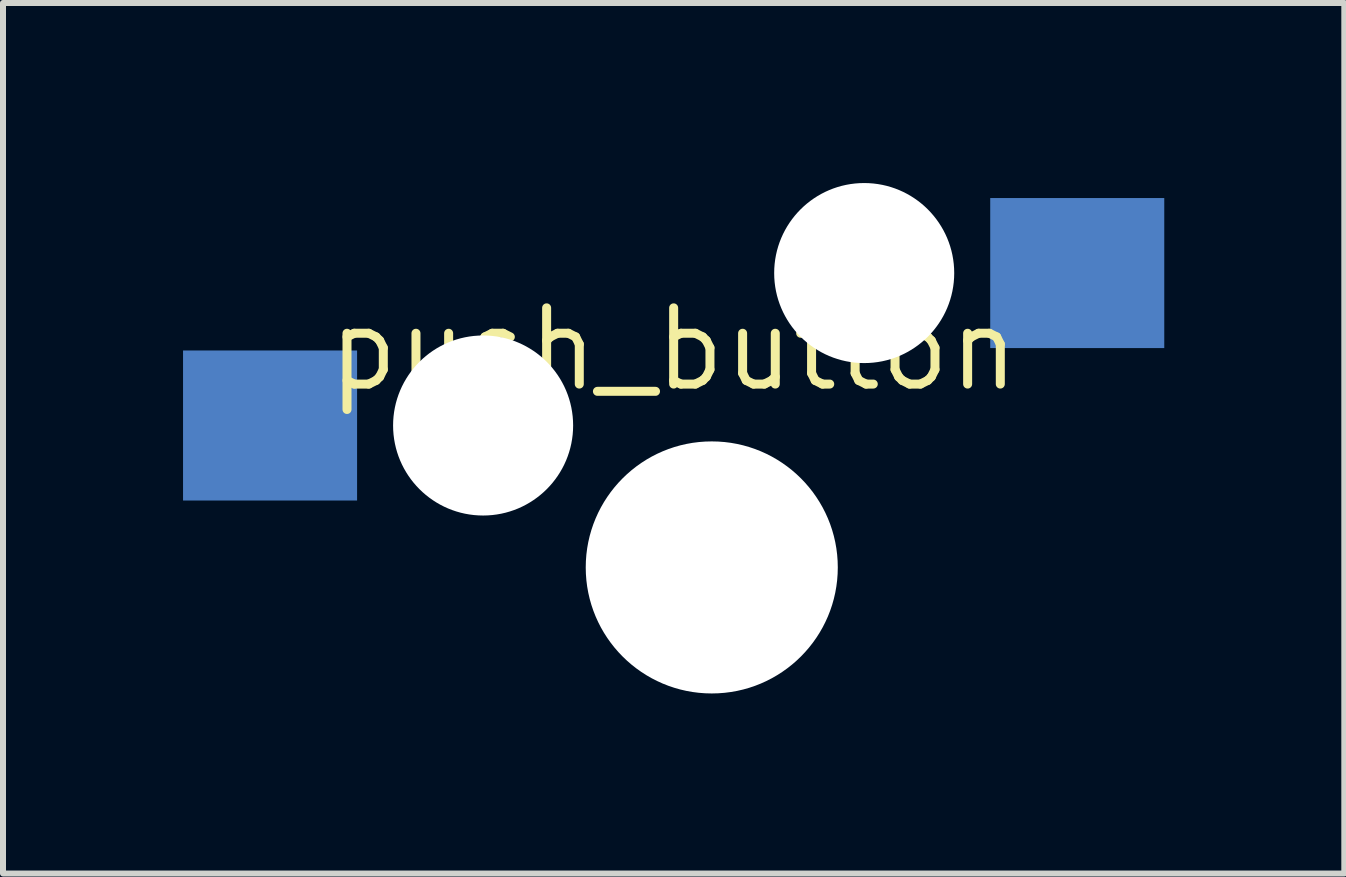
<source format=kicad_pcb>
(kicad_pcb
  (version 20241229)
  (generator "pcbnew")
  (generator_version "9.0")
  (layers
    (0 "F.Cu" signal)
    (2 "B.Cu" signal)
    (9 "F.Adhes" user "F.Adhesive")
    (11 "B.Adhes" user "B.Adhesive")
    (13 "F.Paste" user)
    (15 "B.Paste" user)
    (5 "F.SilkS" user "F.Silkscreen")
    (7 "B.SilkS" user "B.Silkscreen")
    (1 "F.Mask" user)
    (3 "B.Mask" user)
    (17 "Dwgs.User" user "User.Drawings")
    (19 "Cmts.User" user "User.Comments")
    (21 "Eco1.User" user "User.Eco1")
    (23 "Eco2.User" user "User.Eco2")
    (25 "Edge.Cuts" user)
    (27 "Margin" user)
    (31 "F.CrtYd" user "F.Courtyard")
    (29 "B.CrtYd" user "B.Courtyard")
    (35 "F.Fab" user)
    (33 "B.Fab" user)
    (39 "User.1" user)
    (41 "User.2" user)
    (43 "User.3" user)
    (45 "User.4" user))
  (footprint "push_button"
    (layer "F.Cu")
    (at 8.175 2.77)
    (property "Reference" "push_button" (at 0 0 0) (layer "F.SilkS") (effects (font (size 1.27 1.27) (thickness 0.15))))
    (attr through_hole)
    (pad "" np_thru_hole circle (at -3.175 1.27) (size 3 3) (drill 3) (layers "*.Cu" "*.Mask"))
    (pad "" np_thru_hole circle (at 0.635 3.635) (size 4.2 4.2) (drill 4.2) (layers "*.Cu" "*.Mask"))
    (pad "" np_thru_hole circle (at 3.175 -1.27) (size 3 3) (drill 3) (layers "*.Cu" "*.Mask"))
    (pad "1" smd rect (at -6.725 1.27) (size 2.9 2.5) (layers "B.Cu" "B.Mask" "B.Paste"))
    (pad "2" smd rect (at 6.725 -1.27) (size 2.9 2.5) (layers "B.Cu" "B.Mask" "B.Paste")))
  (gr_rect
    (start -3 -3)
    (end 19.35 11.505)
    (stroke (width 0.1) (type default))
    (fill no)
    (layer "Edge.Cuts")))
</source>
